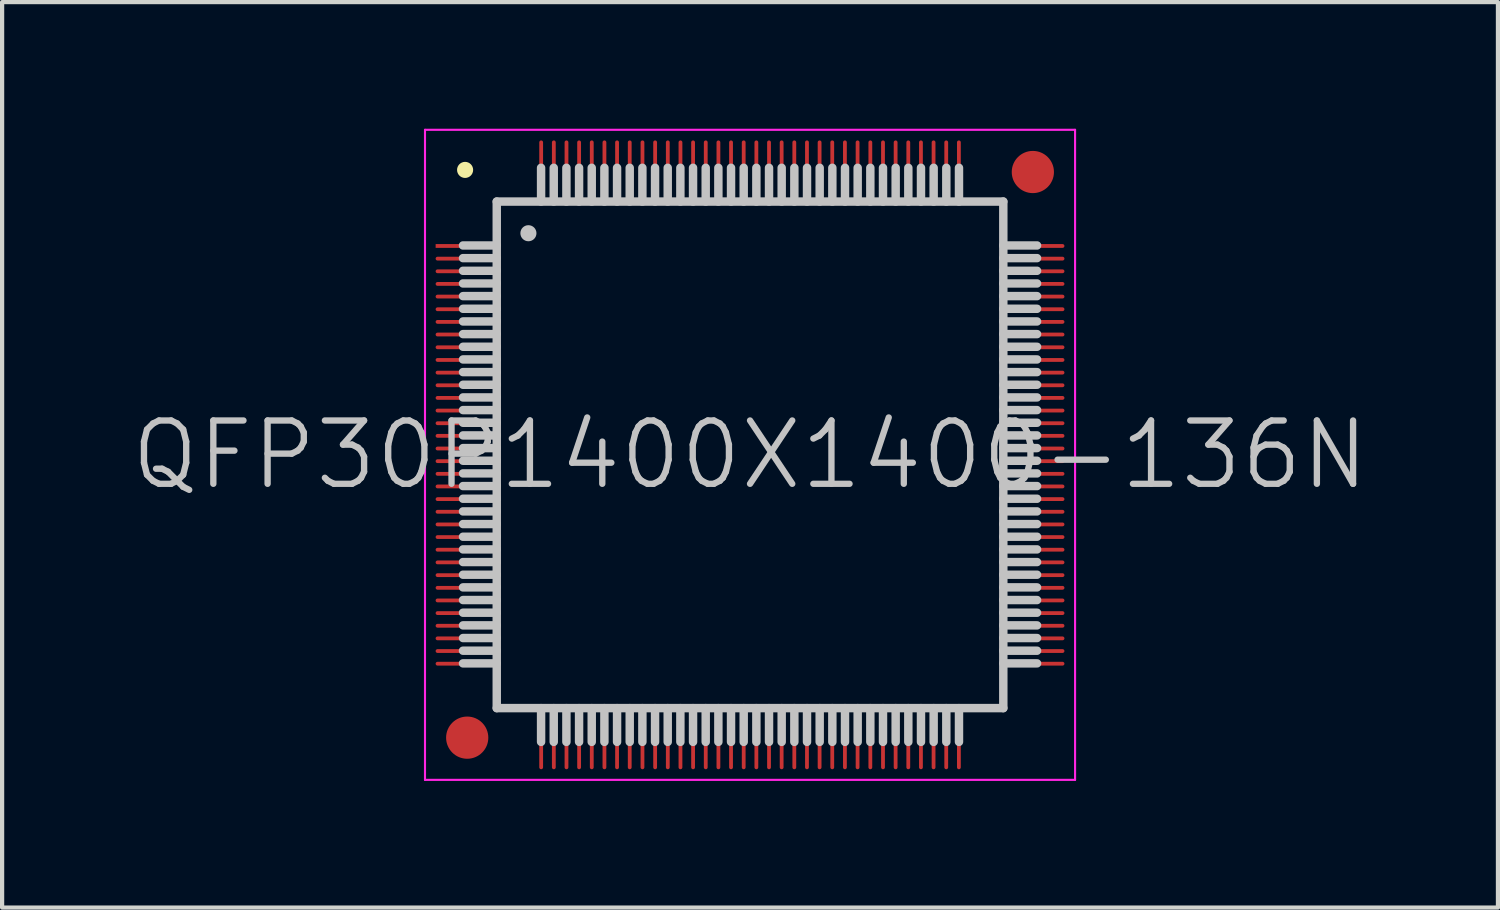
<source format=kicad_pcb>
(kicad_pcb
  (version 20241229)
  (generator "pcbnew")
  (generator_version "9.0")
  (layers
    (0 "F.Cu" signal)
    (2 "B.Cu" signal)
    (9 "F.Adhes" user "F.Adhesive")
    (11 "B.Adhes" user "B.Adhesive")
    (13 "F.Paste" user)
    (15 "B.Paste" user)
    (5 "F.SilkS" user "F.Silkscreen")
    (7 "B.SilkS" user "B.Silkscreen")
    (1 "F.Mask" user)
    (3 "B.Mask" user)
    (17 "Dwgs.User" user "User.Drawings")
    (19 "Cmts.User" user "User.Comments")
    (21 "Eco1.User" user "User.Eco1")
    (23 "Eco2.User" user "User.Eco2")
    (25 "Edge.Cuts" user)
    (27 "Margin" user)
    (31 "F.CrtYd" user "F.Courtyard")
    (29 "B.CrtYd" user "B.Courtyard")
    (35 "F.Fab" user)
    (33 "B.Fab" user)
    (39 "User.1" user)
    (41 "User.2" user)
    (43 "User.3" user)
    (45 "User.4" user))
  (footprint "QFP30P1400X1400-136N"
    (layer "F.Cu")
    (at 14.718 7.725)
    (property "Reference" "QFP30P1400X1400-136N" (at 0 0 0) (layer "Dwgs.User") (effects (font (size 1.5 1.5) (thickness 0.15))))
    (attr smd)
    (fp_line (start -6.75 -6.75) (end -6.75 -6.75) (stroke (width 0.381) (type solid)) (layer "F.SilkS"))
    (fp_line (start -6 -6) (end -6 6) (stroke (width 0.2) (type solid)) (layer "Dwgs.User"))
    (fp_line (start -6 -6) (end 6 -6) (stroke (width 0.2) (type solid)) (layer "Dwgs.User"))
    (fp_line (start -6 -4.96) (end -6.8 -4.96) (stroke (width 0.2) (type solid)) (layer "Dwgs.User"))
    (fp_line (start -6 -4.66) (end -6.8 -4.66) (stroke (width 0.2) (type solid)) (layer "Dwgs.User"))
    (fp_line (start -6 -4.36) (end -6.8 -4.36) (stroke (width 0.2) (type solid)) (layer "Dwgs.User"))
    (fp_line (start -6 -4.06) (end -6.8 -4.06) (stroke (width 0.2) (type solid)) (layer "Dwgs.User"))
    (fp_line (start -6 -3.76) (end -6.8 -3.76) (stroke (width 0.2) (type solid)) (layer "Dwgs.User"))
    (fp_line (start -6 -3.46) (end -6.8 -3.46) (stroke (width 0.2) (type solid)) (layer "Dwgs.User"))
    (fp_line (start -6 -3.16) (end -6.8 -3.16) (stroke (width 0.2) (type solid)) (layer "Dwgs.User"))
    (fp_line (start -6 -2.86) (end -6.8 -2.86) (stroke (width 0.2) (type solid)) (layer "Dwgs.User"))
    (fp_line (start -6 -2.56) (end -6.8 -2.56) (stroke (width 0.2) (type solid)) (layer "Dwgs.User"))
    (fp_line (start -6 -2.26) (end -6.8 -2.26) (stroke (width 0.2) (type solid)) (layer "Dwgs.User"))
    (fp_line (start -6 -1.96) (end -6.8 -1.96) (stroke (width 0.2) (type solid)) (layer "Dwgs.User"))
    (fp_line (start -6 -1.66) (end -6.8 -1.66) (stroke (width 0.2) (type solid)) (layer "Dwgs.User"))
    (fp_line (start -6 -1.36) (end -6.8 -1.36) (stroke (width 0.2) (type solid)) (layer "Dwgs.User"))
    (fp_line (start -6 -1.06) (end -6.8 -1.06) (stroke (width 0.2) (type solid)) (layer "Dwgs.User"))
    (fp_line (start -6 -0.76) (end -6.8 -0.76) (stroke (width 0.2) (type solid)) (layer "Dwgs.User"))
    (fp_line (start -6 -0.46) (end -6.8 -0.46) (stroke (width 0.2) (type solid)) (layer "Dwgs.User"))
    (fp_line (start -6 -0.16) (end -6.8 -0.16) (stroke (width 0.2) (type solid)) (layer "Dwgs.User"))
    (fp_line (start -6 0.14) (end -6.8 0.14) (stroke (width 0.2) (type solid)) (layer "Dwgs.User"))
    (fp_line (start -6 0.44) (end -6.8 0.44) (stroke (width 0.2) (type solid)) (layer "Dwgs.User"))
    (fp_line (start -6 0.74) (end -6.8 0.74) (stroke (width 0.2) (type solid)) (layer "Dwgs.User"))
    (fp_line (start -6 1.04) (end -6.8 1.04) (stroke (width 0.2) (type solid)) (layer "Dwgs.User"))
    (fp_line (start -6 1.34) (end -6.8 1.34) (stroke (width 0.2) (type solid)) (layer "Dwgs.User"))
    (fp_line (start -6 1.64) (end -6.8 1.64) (stroke (width 0.2) (type solid)) (layer "Dwgs.User"))
    (fp_line (start -6 1.94) (end -6.8 1.94) (stroke (width 0.2) (type solid)) (layer "Dwgs.User"))
    (fp_line (start -6 2.24) (end -6.8 2.24) (stroke (width 0.2) (type solid)) (layer "Dwgs.User"))
    (fp_line (start -6 2.54) (end -6.8 2.54) (stroke (width 0.2) (type solid)) (layer "Dwgs.User"))
    (fp_line (start -6 2.84) (end -6.8 2.84) (stroke (width 0.2) (type solid)) (layer "Dwgs.User"))
    (fp_line (start -6 3.14) (end -6.8 3.14) (stroke (width 0.2) (type solid)) (layer "Dwgs.User"))
    (fp_line (start -6 3.44) (end -6.8 3.44) (stroke (width 0.2) (type solid)) (layer "Dwgs.User"))
    (fp_line (start -6 3.74) (end -6.8 3.74) (stroke (width 0.2) (type solid)) (layer "Dwgs.User"))
    (fp_line (start -6 4.04) (end -6.8 4.04) (stroke (width 0.2) (type solid)) (layer "Dwgs.User"))
    (fp_line (start -6 4.34) (end -6.8 4.34) (stroke (width 0.2) (type solid)) (layer "Dwgs.User"))
    (fp_line (start -6 4.64) (end -6.8 4.64) (stroke (width 0.2) (type solid)) (layer "Dwgs.User"))
    (fp_line (start -6 4.94) (end -6.8 4.94) (stroke (width 0.2) (type solid)) (layer "Dwgs.User"))
    (fp_line (start -6 6) (end 6 6) (stroke (width 0.2) (type solid)) (layer "Dwgs.User"))
    (fp_line (start -5.25 -5.25) (end -5.25 -5.25) (stroke (width 0.381) (type solid)) (layer "Dwgs.User"))
    (fp_line (start -4.95 -6) (end -4.95 -6.8) (stroke (width 0.2) (type solid)) (layer "Dwgs.User"))
    (fp_line (start -4.95 6.8) (end -4.95 6) (stroke (width 0.2) (type solid)) (layer "Dwgs.User"))
    (fp_line (start -4.65 -6) (end -4.65 -6.8) (stroke (width 0.2) (type solid)) (layer "Dwgs.User"))
    (fp_line (start -4.65 6.8) (end -4.65 6) (stroke (width 0.2) (type solid)) (layer "Dwgs.User"))
    (fp_line (start -4.35 -6) (end -4.35 -6.8) (stroke (width 0.2) (type solid)) (layer "Dwgs.User"))
    (fp_line (start -4.35 6.8) (end -4.35 6) (stroke (width 0.2) (type solid)) (layer "Dwgs.User"))
    (fp_line (start -4.05 -6) (end -4.05 -6.8) (stroke (width 0.2) (type solid)) (layer "Dwgs.User"))
    (fp_line (start -4.05 6.8) (end -4.05 6) (stroke (width 0.2) (type solid)) (layer "Dwgs.User"))
    (fp_line (start -3.75 -6) (end -3.75 -6.8) (stroke (width 0.2) (type solid)) (layer "Dwgs.User"))
    (fp_line (start -3.75 6.8) (end -3.75 6) (stroke (width 0.2) (type solid)) (layer "Dwgs.User"))
    (fp_line (start -3.45 -6) (end -3.45 -6.8) (stroke (width 0.2) (type solid)) (layer "Dwgs.User"))
    (fp_line (start -3.45 6.8) (end -3.45 6) (stroke (width 0.2) (type solid)) (layer "Dwgs.User"))
    (fp_line (start -3.15 -6) (end -3.15 -6.8) (stroke (width 0.2) (type solid)) (layer "Dwgs.User"))
    (fp_line (start -3.15 6.8) (end -3.15 6) (stroke (width 0.2) (type solid)) (layer "Dwgs.User"))
    (fp_line (start -2.85 -6) (end -2.85 -6.8) (stroke (width 0.2) (type solid)) (layer "Dwgs.User"))
    (fp_line (start -2.85 6.8) (end -2.85 6) (stroke (width 0.2) (type solid)) (layer "Dwgs.User"))
    (fp_line (start -2.55 -6) (end -2.55 -6.8) (stroke (width 0.2) (type solid)) (layer "Dwgs.User"))
    (fp_line (start -2.55 6.8) (end -2.55 6) (stroke (width 0.2) (type solid)) (layer "Dwgs.User"))
    (fp_line (start -2.25 -6) (end -2.25 -6.8) (stroke (width 0.2) (type solid)) (layer "Dwgs.User"))
    (fp_line (start -2.25 6.8) (end -2.25 6) (stroke (width 0.2) (type solid)) (layer "Dwgs.User"))
    (fp_line (start -1.95 -6) (end -1.95 -6.8) (stroke (width 0.2) (type solid)) (layer "Dwgs.User"))
    (fp_line (start -1.95 6.8) (end -1.95 6) (stroke (width 0.2) (type solid)) (layer "Dwgs.User"))
    (fp_line (start -1.65 -6) (end -1.65 -6.8) (stroke (width 0.2) (type solid)) (layer "Dwgs.User"))
    (fp_line (start -1.65 6.8) (end -1.65 6) (stroke (width 0.2) (type solid)) (layer "Dwgs.User"))
    (fp_line (start -1.35 -6) (end -1.35 -6.8) (stroke (width 0.2) (type solid)) (layer "Dwgs.User"))
    (fp_line (start -1.35 6.8) (end -1.35 6) (stroke (width 0.2) (type solid)) (layer "Dwgs.User"))
    (fp_line (start -1.05 -6) (end -1.05 -6.8) (stroke (width 0.2) (type solid)) (layer "Dwgs.User"))
    (fp_line (start -1.05 6.8) (end -1.05 6) (stroke (width 0.2) (type solid)) (layer "Dwgs.User"))
    (fp_line (start -0.75 -6) (end -0.75 -6.8) (stroke (width 0.2) (type solid)) (layer "Dwgs.User"))
    (fp_line (start -0.75 6.8) (end -0.75 6) (stroke (width 0.2) (type solid)) (layer "Dwgs.User"))
    (fp_line (start -0.45 -6) (end -0.45 -6.8) (stroke (width 0.2) (type solid)) (layer "Dwgs.User"))
    (fp_line (start -0.45 6.8) (end -0.45 6) (stroke (width 0.2) (type solid)) (layer "Dwgs.User"))
    (fp_line (start -0.15 -6) (end -0.15 -6.8) (stroke (width 0.2) (type solid)) (layer "Dwgs.User"))
    (fp_line (start -0.15 6.8) (end -0.15 6) (stroke (width 0.2) (type solid)) (layer "Dwgs.User"))
    (fp_line (start 0.15 -6) (end 0.15 -6.8) (stroke (width 0.2) (type solid)) (layer "Dwgs.User"))
    (fp_line (start 0.15 6.8) (end 0.15 6) (stroke (width 0.2) (type solid)) (layer "Dwgs.User"))
    (fp_line (start 0.45 -6) (end 0.45 -6.8) (stroke (width 0.2) (type solid)) (layer "Dwgs.User"))
    (fp_line (start 0.45 6.8) (end 0.45 6) (stroke (width 0.2) (type solid)) (layer "Dwgs.User"))
    (fp_line (start 0.75 -6) (end 0.75 -6.8) (stroke (width 0.2) (type solid)) (layer "Dwgs.User"))
    (fp_line (start 0.75 6.8) (end 0.75 6) (stroke (width 0.2) (type solid)) (layer "Dwgs.User"))
    (fp_line (start 1.05 -6) (end 1.05 -6.8) (stroke (width 0.2) (type solid)) (layer "Dwgs.User"))
    (fp_line (start 1.05 6.8) (end 1.05 6) (stroke (width 0.2) (type solid)) (layer "Dwgs.User"))
    (fp_line (start 1.35 -6) (end 1.35 -6.8) (stroke (width 0.2) (type solid)) (layer "Dwgs.User"))
    (fp_line (start 1.35 6.8) (end 1.35 6) (stroke (width 0.2) (type solid)) (layer "Dwgs.User"))
    (fp_line (start 1.65 -6) (end 1.65 -6.8) (stroke (width 0.2) (type solid)) (layer "Dwgs.User"))
    (fp_line (start 1.65 6.8) (end 1.65 6) (stroke (width 0.2) (type solid)) (layer "Dwgs.User"))
    (fp_line (start 1.95 -6) (end 1.95 -6.8) (stroke (width 0.2) (type solid)) (layer "Dwgs.User"))
    (fp_line (start 1.95 6.8) (end 1.95 6) (stroke (width 0.2) (type solid)) (layer "Dwgs.User"))
    (fp_line (start 2.25 -6) (end 2.25 -6.8) (stroke (width 0.2) (type solid)) (layer "Dwgs.User"))
    (fp_line (start 2.25 6.8) (end 2.25 6) (stroke (width 0.2) (type solid)) (layer "Dwgs.User"))
    (fp_line (start 2.55 -6) (end 2.55 -6.8) (stroke (width 0.2) (type solid)) (layer "Dwgs.User"))
    (fp_line (start 2.55 6.8) (end 2.55 6) (stroke (width 0.2) (type solid)) (layer "Dwgs.User"))
    (fp_line (start 2.85 -6) (end 2.85 -6.8) (stroke (width 0.2) (type solid)) (layer "Dwgs.User"))
    (fp_line (start 2.85 6.8) (end 2.85 6) (stroke (width 0.2) (type solid)) (layer "Dwgs.User"))
    (fp_line (start 3.15 -6) (end 3.15 -6.8) (stroke (width 0.2) (type solid)) (layer "Dwgs.User"))
    (fp_line (start 3.15 6.8) (end 3.15 6) (stroke (width 0.2) (type solid)) (layer "Dwgs.User"))
    (fp_line (start 3.45 -6) (end 3.45 -6.8) (stroke (width 0.2) (type solid)) (layer "Dwgs.User"))
    (fp_line (start 3.45 6.8) (end 3.45 6) (stroke (width 0.2) (type solid)) (layer "Dwgs.User"))
    (fp_line (start 3.75 -6) (end 3.75 -6.8) (stroke (width 0.2) (type solid)) (layer "Dwgs.User"))
    (fp_line (start 3.75 6.8) (end 3.75 6) (stroke (width 0.2) (type solid)) (layer "Dwgs.User"))
    (fp_line (start 4.05 -6) (end 4.05 -6.8) (stroke (width 0.2) (type solid)) (layer "Dwgs.User"))
    (fp_line (start 4.05 6.8) (end 4.05 6) (stroke (width 0.2) (type solid)) (layer "Dwgs.User"))
    (fp_line (start 4.35 -6) (end 4.35 -6.8) (stroke (width 0.2) (type solid)) (layer "Dwgs.User"))
    (fp_line (start 4.35 6.8) (end 4.35 6) (stroke (width 0.2) (type solid)) (layer "Dwgs.User"))
    (fp_line (start 4.65 -6) (end 4.65 -6.8) (stroke (width 0.2) (type solid)) (layer "Dwgs.User"))
    (fp_line (start 4.65 6.8) (end 4.65 6) (stroke (width 0.2) (type solid)) (layer "Dwgs.User"))
    (fp_line (start 4.95 -6) (end 4.95 -6.8) (stroke (width 0.2) (type solid)) (layer "Dwgs.User"))
    (fp_line (start 4.95 6.8) (end 4.95 6) (stroke (width 0.2) (type solid)) (layer "Dwgs.User"))
    (fp_line (start 6 -6) (end 6 6) (stroke (width 0.2) (type solid)) (layer "Dwgs.User"))
    (fp_line (start 6.8 -4.96) (end 6 -4.96) (stroke (width 0.2) (type solid)) (layer "Dwgs.User"))
    (fp_line (start 6.8 -4.66) (end 6 -4.66) (stroke (width 0.2) (type solid)) (layer "Dwgs.User"))
    (fp_line (start 6.8 -4.36) (end 6 -4.36) (stroke (width 0.2) (type solid)) (layer "Dwgs.User"))
    (fp_line (start 6.8 -4.06) (end 6 -4.06) (stroke (width 0.2) (type solid)) (layer "Dwgs.User"))
    (fp_line (start 6.8 -3.76) (end 6 -3.76) (stroke (width 0.2) (type solid)) (layer "Dwgs.User"))
    (fp_line (start 6.8 -3.46) (end 6 -3.46) (stroke (width 0.2) (type solid)) (layer "Dwgs.User"))
    (fp_line (start 6.8 -3.16) (end 6 -3.16) (stroke (width 0.2) (type solid)) (layer "Dwgs.User"))
    (fp_line (start 6.8 -2.86) (end 6 -2.86) (stroke (width 0.2) (type solid)) (layer "Dwgs.User"))
    (fp_line (start 6.8 -2.56) (end 6 -2.56) (stroke (width 0.2) (type solid)) (layer "Dwgs.User"))
    (fp_line (start 6.8 -2.26) (end 6 -2.26) (stroke (width 0.2) (type solid)) (layer "Dwgs.User"))
    (fp_line (start 6.8 -1.96) (end 6 -1.96) (stroke (width 0.2) (type solid)) (layer "Dwgs.User"))
    (fp_line (start 6.8 -1.66) (end 6 -1.66) (stroke (width 0.2) (type solid)) (layer "Dwgs.User"))
    (fp_line (start 6.8 -1.36) (end 6 -1.36) (stroke (width 0.2) (type solid)) (layer "Dwgs.User"))
    (fp_line (start 6.8 -1.06) (end 6 -1.06) (stroke (width 0.2) (type solid)) (layer "Dwgs.User"))
    (fp_line (start 6.8 -0.76) (end 6 -0.76) (stroke (width 0.2) (type solid)) (layer "Dwgs.User"))
    (fp_line (start 6.8 -0.46) (end 6 -0.46) (stroke (width 0.2) (type solid)) (layer "Dwgs.User"))
    (fp_line (start 6.8 -0.16) (end 6 -0.16) (stroke (width 0.2) (type solid)) (layer "Dwgs.User"))
    (fp_line (start 6.8 0.14) (end 6 0.14) (stroke (width 0.2) (type solid)) (layer "Dwgs.User"))
    (fp_line (start 6.8 0.44) (end 6 0.44) (stroke (width 0.2) (type solid)) (layer "Dwgs.User"))
    (fp_line (start 6.8 0.74) (end 6 0.74) (stroke (width 0.2) (type solid)) (layer "Dwgs.User"))
    (fp_line (start 6.8 1.04) (end 6 1.04) (stroke (width 0.2) (type solid)) (layer "Dwgs.User"))
    (fp_line (start 6.8 1.34) (end 6 1.34) (stroke (width 0.2) (type solid)) (layer "Dwgs.User"))
    (fp_line (start 6.8 1.64) (end 6 1.64) (stroke (width 0.2) (type solid)) (layer "Dwgs.User"))
    (fp_line (start 6.8 1.94) (end 6 1.94) (stroke (width 0.2) (type solid)) (layer "Dwgs.User"))
    (fp_line (start 6.8 2.24) (end 6 2.24) (stroke (width 0.2) (type solid)) (layer "Dwgs.User"))
    (fp_line (start 6.8 2.54) (end 6 2.54) (stroke (width 0.2) (type solid)) (layer "Dwgs.User"))
    (fp_line (start 6.8 2.84) (end 6 2.84) (stroke (width 0.2) (type solid)) (layer "Dwgs.User"))
    (fp_line (start 6.8 3.14) (end 6 3.14) (stroke (width 0.2) (type solid)) (layer "Dwgs.User"))
    (fp_line (start 6.8 3.44) (end 6 3.44) (stroke (width 0.2) (type solid)) (layer "Dwgs.User"))
    (fp_line (start 6.8 3.74) (end 6 3.74) (stroke (width 0.2) (type solid)) (layer "Dwgs.User"))
    (fp_line (start 6.8 4.04) (end 6 4.04) (stroke (width 0.2) (type solid)) (layer "Dwgs.User"))
    (fp_line (start 6.8 4.34) (end 6 4.34) (stroke (width 0.2) (type solid)) (layer "Dwgs.User"))
    (fp_line (start 6.8 4.64) (end 6 4.64) (stroke (width 0.2) (type solid)) (layer "Dwgs.User"))
    (fp_line (start 6.8 4.94) (end 6 4.94) (stroke (width 0.2) (type solid)) (layer "Dwgs.User"))
    (fp_line (start -7.7 -7.7) (end -7.7 7.7) (stroke (width 0.05) (type solid)) (layer "F.CrtYd"))
    (fp_line (start -7.7 -7.7) (end 7.7 -7.7) (stroke (width 0.05) (type solid)) (layer "F.CrtYd"))
    (fp_line (start -7.7 7.7) (end 7.7 7.7) (stroke (width 0.05) (type solid)) (layer "F.CrtYd"))
    (fp_line (start 7.7 -7.7) (end 7.7 7.7) (stroke (width 0.05) (type solid)) (layer "F.CrtYd"))
    (pad "" smd circle (at -6.7 6.7) (size 1 1) (layers "F.Cu" "F.Mask"))
    (pad "" smd circle (at 6.7 -6.7) (size 1 1) (layers "F.Cu" "F.Mask"))
    (pad "1" smd rect (at -6.698 -4.948 90) (size 0.09 1.5) (layers "F.Cu" "F.Mask" "F.Paste"))
    (pad "2" smd oval (at -6.698 -4.648 90) (size 0.09 1.5) (layers "F.Cu" "F.Mask" "F.Paste"))
    (pad "3" smd oval (at -6.698 -4.348 90) (size 0.09 1.5) (layers "F.Cu" "F.Mask" "F.Paste"))
    (pad "4" smd oval (at -6.698 -4.049 90) (size 0.09 1.5) (layers "F.Cu" "F.Mask" "F.Paste"))
    (pad "5" smd oval (at -6.698 -3.749 90) (size 0.09 1.5) (layers "F.Cu" "F.Mask" "F.Paste"))
    (pad "6" smd oval (at -6.698 -3.449 90) (size 0.09 1.5) (layers "F.Cu" "F.Mask" "F.Paste"))
    (pad "7" smd oval (at -6.698 -3.15 90) (size 0.09 1.5) (layers "F.Cu" "F.Mask" "F.Paste"))
    (pad "8" smd oval (at -6.698 -2.85 90) (size 0.09 1.5) (layers "F.Cu" "F.Mask" "F.Paste"))
    (pad "9" smd oval (at -6.698 -2.548 90) (size 0.09 1.5) (layers "F.Cu" "F.Mask" "F.Paste"))
    (pad "10" smd oval (at -6.698 -2.248 90) (size 0.09 1.5) (layers "F.Cu" "F.Mask" "F.Paste"))
    (pad "11" smd oval (at -6.698 -1.948 90) (size 0.09 1.5) (layers "F.Cu" "F.Mask" "F.Paste"))
    (pad "12" smd oval (at -6.698 -1.648 90) (size 0.09 1.5) (layers "F.Cu" "F.Mask" "F.Paste"))
    (pad "13" smd oval (at -6.698 -1.349 90) (size 0.09 1.5) (layers "F.Cu" "F.Mask" "F.Paste"))
    (pad "14" smd oval (at -6.698 -1.049 90) (size 0.09 1.5) (layers "F.Cu" "F.Mask" "F.Paste"))
    (pad "15" smd oval (at -6.698 -0.749 90) (size 0.09 1.5) (layers "F.Cu" "F.Mask" "F.Paste"))
    (pad "16" smd oval (at -6.698 -0.45 90) (size 0.09 1.5) (layers "F.Cu" "F.Mask" "F.Paste"))
    (pad "17" smd oval (at -6.698 -0.15 90) (size 0.09 1.5) (layers "F.Cu" "F.Mask" "F.Paste"))
    (pad "18" smd oval (at -6.698 0.15 90) (size 0.09 1.5) (layers "F.Cu" "F.Mask" "F.Paste"))
    (pad "19" smd oval (at -6.698 0.45 90) (size 0.09 1.5) (layers "F.Cu" "F.Mask" "F.Paste"))
    (pad "20" smd oval (at -6.698 0.749 90) (size 0.09 1.5) (layers "F.Cu" "F.Mask" "F.Paste"))
    (pad "21" smd oval (at -6.698 1.049 90) (size 0.09 1.5) (layers "F.Cu" "F.Mask" "F.Paste"))
    (pad "22" smd oval (at -6.698 1.349 90) (size 0.09 1.5) (layers "F.Cu" "F.Mask" "F.Paste"))
    (pad "23" smd oval (at -6.698 1.648 90) (size 0.09 1.5) (layers "F.Cu" "F.Mask" "F.Paste"))
    (pad "24" smd oval (at -6.698 1.948 90) (size 0.09 1.5) (layers "F.Cu" "F.Mask" "F.Paste"))
    (pad "25" smd oval (at -6.698 2.248 90) (size 0.09 1.5) (layers "F.Cu" "F.Mask" "F.Paste"))
    (pad "26" smd oval (at -6.698 2.548 90) (size 0.09 1.5) (layers "F.Cu" "F.Mask" "F.Paste"))
    (pad "27" smd oval (at -6.698 2.85 90) (size 0.09 1.5) (layers "F.Cu" "F.Mask" "F.Paste"))
    (pad "28" smd oval (at -6.698 3.15 90) (size 0.09 1.5) (layers "F.Cu" "F.Mask" "F.Paste"))
    (pad "29" smd oval (at -6.698 3.449 90) (size 0.09 1.5) (layers "F.Cu" "F.Mask" "F.Paste"))
    (pad "30" smd oval (at -6.698 3.749 90) (size 0.09 1.5) (layers "F.Cu" "F.Mask" "F.Paste"))
    (pad "31" smd oval (at -6.698 4.049 90) (size 0.09 1.5) (layers "F.Cu" "F.Mask" "F.Paste"))
    (pad "32" smd oval (at -6.698 4.348 90) (size 0.09 1.5) (layers "F.Cu" "F.Mask" "F.Paste"))
    (pad "33" smd oval (at -6.698 4.648 90) (size 0.09 1.5) (layers "F.Cu" "F.Mask" "F.Paste"))
    (pad "34" smd oval (at -6.698 4.948 90) (size 0.09 1.5) (layers "F.Cu" "F.Mask" "F.Paste"))
    (pad "35" smd oval (at -4.948 6.698 180) (size 0.09 1.5) (layers "F.Cu" "F.Mask" "F.Paste"))
    (pad "36" smd oval (at -4.648 6.698 180) (size 0.09 1.5) (layers "F.Cu" "F.Mask" "F.Paste"))
    (pad "37" smd oval (at -4.348 6.698 180) (size 0.09 1.5) (layers "F.Cu" "F.Mask" "F.Paste"))
    (pad "38" smd oval (at -4.049 6.698 180) (size 0.09 1.5) (layers "F.Cu" "F.Mask" "F.Paste"))
    (pad "39" smd oval (at -3.749 6.698 180) (size 0.09 1.5) (layers "F.Cu" "F.Mask" "F.Paste"))
    (pad "40" smd oval (at -3.449 6.698 180) (size 0.09 1.5) (layers "F.Cu" "F.Mask" "F.Paste"))
    (pad "41" smd oval (at -3.15 6.698 180) (size 0.09 1.5) (layers "F.Cu" "F.Mask" "F.Paste"))
    (pad "42" smd oval (at -2.85 6.698 180) (size 0.09 1.5) (layers "F.Cu" "F.Mask" "F.Paste"))
    (pad "43" smd oval (at -2.548 6.698 180) (size 0.09 1.5) (layers "F.Cu" "F.Mask" "F.Paste"))
    (pad "44" smd oval (at -2.248 6.698 180) (size 0.09 1.5) (layers "F.Cu" "F.Mask" "F.Paste"))
    (pad "45" smd oval (at -1.948 6.698 180) (size 0.09 1.5) (layers "F.Cu" "F.Mask" "F.Paste"))
    (pad "46" smd oval (at -1.648 6.698 180) (size 0.09 1.5) (layers "F.Cu" "F.Mask" "F.Paste"))
    (pad "47" smd oval (at -1.349 6.698 180) (size 0.09 1.5) (layers "F.Cu" "F.Mask" "F.Paste"))
    (pad "48" smd oval (at -1.049 6.698 180) (size 0.09 1.5) (layers "F.Cu" "F.Mask" "F.Paste"))
    (pad "49" smd oval (at -0.749 6.698 180) (size 0.09 1.5) (layers "F.Cu" "F.Mask" "F.Paste"))
    (pad "50" smd oval (at -0.45 6.698 180) (size 0.09 1.5) (layers "F.Cu" "F.Mask" "F.Paste"))
    (pad "51" smd oval (at -0.15 6.698 180) (size 0.09 1.5) (layers "F.Cu" "F.Mask" "F.Paste"))
    (pad "52" smd oval (at 0.15 6.698 180) (size 0.09 1.5) (layers "F.Cu" "F.Mask" "F.Paste"))
    (pad "53" smd oval (at 0.45 6.698 180) (size 0.09 1.5) (layers "F.Cu" "F.Mask" "F.Paste"))
    (pad "54" smd oval (at 0.749 6.698 180) (size 0.09 1.5) (layers "F.Cu" "F.Mask" "F.Paste"))
    (pad "55" smd oval (at 1.049 6.698 180) (size 0.09 1.5) (layers "F.Cu" "F.Mask" "F.Paste"))
    (pad "56" smd oval (at 1.349 6.698 180) (size 0.09 1.5) (layers "F.Cu" "F.Mask" "F.Paste"))
    (pad "57" smd oval (at 1.648 6.698 180) (size 0.09 1.5) (layers "F.Cu" "F.Mask" "F.Paste"))
    (pad "58" smd oval (at 1.948 6.698 180) (size 0.09 1.5) (layers "F.Cu" "F.Mask" "F.Paste"))
    (pad "59" smd oval (at 2.248 6.698 180) (size 0.09 1.5) (layers "F.Cu" "F.Mask" "F.Paste"))
    (pad "60" smd oval (at 2.548 6.698 180) (size 0.09 1.5) (layers "F.Cu" "F.Mask" "F.Paste"))
    (pad "61" smd oval (at 2.85 6.698 180) (size 0.09 1.5) (layers "F.Cu" "F.Mask" "F.Paste"))
    (pad "62" smd oval (at 3.15 6.698 180) (size 0.09 1.5) (layers "F.Cu" "F.Mask" "F.Paste"))
    (pad "63" smd oval (at 3.449 6.698 180) (size 0.09 1.5) (layers "F.Cu" "F.Mask" "F.Paste"))
    (pad "64" smd oval (at 3.749 6.698 180) (size 0.09 1.5) (layers "F.Cu" "F.Mask" "F.Paste"))
    (pad "65" smd oval (at 4.049 6.698 180) (size 0.09 1.5) (layers "F.Cu" "F.Mask" "F.Paste"))
    (pad "66" smd oval (at 4.348 6.698 180) (size 0.09 1.5) (layers "F.Cu" "F.Mask" "F.Paste"))
    (pad "67" smd oval (at 4.648 6.698 180) (size 0.09 1.5) (layers "F.Cu" "F.Mask" "F.Paste"))
    (pad "68" smd oval (at 4.948 6.698 180) (size 0.09 1.5) (layers "F.Cu" "F.Mask" "F.Paste"))
    (pad "69" smd oval (at 6.698 4.948 270) (size 0.09 1.5) (layers "F.Cu" "F.Mask" "F.Paste"))
    (pad "70" smd oval (at 6.698 4.648 270) (size 0.09 1.5) (layers "F.Cu" "F.Mask" "F.Paste"))
    (pad "71" smd oval (at 6.698 4.348 270) (size 0.09 1.5) (layers "F.Cu" "F.Mask" "F.Paste"))
    (pad "72" smd oval (at 6.698 4.049 270) (size 0.09 1.5) (layers "F.Cu" "F.Mask" "F.Paste"))
    (pad "73" smd oval (at 6.698 3.749 270) (size 0.09 1.5) (layers "F.Cu" "F.Mask" "F.Paste"))
    (pad "74" smd oval (at 6.698 3.449 270) (size 0.09 1.5) (layers "F.Cu" "F.Mask" "F.Paste"))
    (pad "75" smd oval (at 6.698 3.15 270) (size 0.09 1.5) (layers "F.Cu" "F.Mask" "F.Paste"))
    (pad "76" smd oval (at 6.698 2.85 270) (size 0.09 1.5) (layers "F.Cu" "F.Mask" "F.Paste"))
    (pad "77" smd oval (at 6.698 2.548 270) (size 0.09 1.5) (layers "F.Cu" "F.Mask" "F.Paste"))
    (pad "78" smd oval (at 6.698 2.248 270) (size 0.09 1.5) (layers "F.Cu" "F.Mask" "F.Paste"))
    (pad "79" smd oval (at 6.698 1.948 270) (size 0.09 1.5) (layers "F.Cu" "F.Mask" "F.Paste"))
    (pad "80" smd oval (at 6.698 1.648 270) (size 0.09 1.5) (layers "F.Cu" "F.Mask" "F.Paste"))
    (pad "81" smd oval (at 6.698 1.349 270) (size 0.09 1.5) (layers "F.Cu" "F.Mask" "F.Paste"))
    (pad "82" smd oval (at 6.698 1.049 270) (size 0.09 1.5) (layers "F.Cu" "F.Mask" "F.Paste"))
    (pad "83" smd oval (at 6.698 0.749 270) (size 0.09 1.5) (layers "F.Cu" "F.Mask" "F.Paste"))
    (pad "84" smd oval (at 6.698 0.45 270) (size 0.09 1.5) (layers "F.Cu" "F.Mask" "F.Paste"))
    (pad "85" smd oval (at 6.698 0.15 270) (size 0.09 1.5) (layers "F.Cu" "F.Mask" "F.Paste"))
    (pad "86" smd oval (at 6.698 -0.15 270) (size 0.09 1.5) (layers "F.Cu" "F.Mask" "F.Paste"))
    (pad "87" smd oval (at 6.698 -0.45 270) (size 0.09 1.5) (layers "F.Cu" "F.Mask" "F.Paste"))
    (pad "88" smd oval (at 6.698 -0.749 270) (size 0.09 1.5) (layers "F.Cu" "F.Mask" "F.Paste"))
    (pad "89" smd oval (at 6.698 -1.049 270) (size 0.09 1.5) (layers "F.Cu" "F.Mask" "F.Paste"))
    (pad "90" smd oval (at 6.698 -1.349 270) (size 0.09 1.5) (layers "F.Cu" "F.Mask" "F.Paste"))
    (pad "91" smd oval (at 6.698 -1.648 270) (size 0.09 1.5) (layers "F.Cu" "F.Mask" "F.Paste"))
    (pad "92" smd oval (at 6.698 -1.948 270) (size 0.09 1.5) (layers "F.Cu" "F.Mask" "F.Paste"))
    (pad "93" smd oval (at 6.698 -2.248 270) (size 0.09 1.5) (layers "F.Cu" "F.Mask" "F.Paste"))
    (pad "94" smd oval (at 6.698 -2.548 270) (size 0.09 1.5) (layers "F.Cu" "F.Mask" "F.Paste"))
    (pad "95" smd oval (at 6.698 -2.85 270) (size 0.09 1.5) (layers "F.Cu" "F.Mask" "F.Paste"))
    (pad "96" smd oval (at 6.698 -3.15 270) (size 0.09 1.5) (layers "F.Cu" "F.Mask" "F.Paste"))
    (pad "97" smd oval (at 6.698 -3.449 270) (size 0.09 1.5) (layers "F.Cu" "F.Mask" "F.Paste"))
    (pad "98" smd oval (at 6.698 -3.749 270) (size 0.09 1.5) (layers "F.Cu" "F.Mask" "F.Paste"))
    (pad "99" smd oval (at 6.698 -4.049 270) (size 0.09 1.5) (layers "F.Cu" "F.Mask" "F.Paste"))
    (pad "100" smd oval (at 6.698 -4.348 270) (size 0.09 1.5) (layers "F.Cu" "F.Mask" "F.Paste"))
    (pad "101" smd oval (at 6.698 -4.648 270) (size 0.09 1.5) (layers "F.Cu" "F.Mask" "F.Paste"))
    (pad "102" smd oval (at 6.698 -4.948 270) (size 0.09 1.5) (layers "F.Cu" "F.Mask" "F.Paste"))
    (pad "103" smd oval (at 4.948 -6.698) (size 0.09 1.5) (layers "F.Cu" "F.Mask" "F.Paste"))
    (pad "104" smd oval (at 4.648 -6.698) (size 0.09 1.5) (layers "F.Cu" "F.Mask" "F.Paste"))
    (pad "105" smd oval (at 4.348 -6.698) (size 0.09 1.5) (layers "F.Cu" "F.Mask" "F.Paste"))
    (pad "106" smd oval (at 4.049 -6.698) (size 0.09 1.5) (layers "F.Cu" "F.Mask" "F.Paste"))
    (pad "107" smd oval (at 3.749 -6.698) (size 0.09 1.5) (layers "F.Cu" "F.Mask" "F.Paste"))
    (pad "108" smd oval (at 3.449 -6.698) (size 0.09 1.5) (layers "F.Cu" "F.Mask" "F.Paste"))
    (pad "109" smd oval (at 3.15 -6.698) (size 0.09 1.5) (layers "F.Cu" "F.Mask" "F.Paste"))
    (pad "110" smd oval (at 2.85 -6.698) (size 0.09 1.5) (layers "F.Cu" "F.Mask" "F.Paste"))
    (pad "111" smd oval (at 2.548 -6.698) (size 0.09 1.5) (layers "F.Cu" "F.Mask" "F.Paste"))
    (pad "112" smd oval (at 2.248 -6.698) (size 0.09 1.5) (layers "F.Cu" "F.Mask" "F.Paste"))
    (pad "113" smd oval (at 1.948 -6.698) (size 0.09 1.5) (layers "F.Cu" "F.Mask" "F.Paste"))
    (pad "114" smd oval (at 1.648 -6.698) (size 0.09 1.5) (layers "F.Cu" "F.Mask" "F.Paste"))
    (pad "115" smd oval (at 1.349 -6.698) (size 0.09 1.5) (layers "F.Cu" "F.Mask" "F.Paste"))
    (pad "116" smd oval (at 1.049 -6.698) (size 0.09 1.5) (layers "F.Cu" "F.Mask" "F.Paste"))
    (pad "117" smd oval (at 0.749 -6.698) (size 0.09 1.5) (layers "F.Cu" "F.Mask" "F.Paste"))
    (pad "118" smd oval (at 0.45 -6.698) (size 0.09 1.5) (layers "F.Cu" "F.Mask" "F.Paste"))
    (pad "119" smd oval (at 0.15 -6.698) (size 0.09 1.5) (layers "F.Cu" "F.Mask" "F.Paste"))
    (pad "120" smd oval (at -0.15 -6.698) (size 0.09 1.5) (layers "F.Cu" "F.Mask" "F.Paste"))
    (pad "121" smd oval (at -0.45 -6.698) (size 0.09 1.5) (layers "F.Cu" "F.Mask" "F.Paste"))
    (pad "122" smd oval (at -0.749 -6.698) (size 0.09 1.5) (layers "F.Cu" "F.Mask" "F.Paste"))
    (pad "123" smd oval (at -1.049 -6.698) (size 0.09 1.5) (layers "F.Cu" "F.Mask" "F.Paste"))
    (pad "124" smd oval (at -1.349 -6.698) (size 0.09 1.5) (layers "F.Cu" "F.Mask" "F.Paste"))
    (pad "125" smd oval (at -1.648 -6.698) (size 0.09 1.5) (layers "F.Cu" "F.Mask" "F.Paste"))
    (pad "126" smd oval (at -1.948 -6.698) (size 0.09 1.5) (layers "F.Cu" "F.Mask" "F.Paste"))
    (pad "127" smd oval (at -2.248 -6.698) (size 0.09 1.5) (layers "F.Cu" "F.Mask" "F.Paste"))
    (pad "128" smd oval (at -2.548 -6.698) (size 0.09 1.5) (layers "F.Cu" "F.Mask" "F.Paste"))
    (pad "129" smd oval (at -2.85 -6.698) (size 0.09 1.5) (layers "F.Cu" "F.Mask" "F.Paste"))
    (pad "130" smd oval (at -3.15 -6.698) (size 0.09 1.5) (layers "F.Cu" "F.Mask" "F.Paste"))
    (pad "131" smd oval (at -3.449 -6.698) (size 0.09 1.5) (layers "F.Cu" "F.Mask" "F.Paste"))
    (pad "132" smd oval (at -3.749 -6.698) (size 0.09 1.5) (layers "F.Cu" "F.Mask" "F.Paste"))
    (pad "133" smd oval (at -4.049 -6.698) (size 0.09 1.5) (layers "F.Cu" "F.Mask" "F.Paste"))
    (pad "134" smd oval (at -4.348 -6.698) (size 0.09 1.5) (layers "F.Cu" "F.Mask" "F.Paste"))
    (pad "135" smd oval (at -4.648 -6.698) (size 0.09 1.5) (layers "F.Cu" "F.Mask" "F.Paste"))
    (pad "136" smd oval (at -4.948 -6.698) (size 0.09 1.5) (layers "F.Cu" "F.Mask" "F.Paste")))
  (gr_rect
    (start -3 -3)
    (end 32.436 18.45)
    (stroke (width 0.1) (type default))
    (fill no)
    (layer "Edge.Cuts")))
</source>
